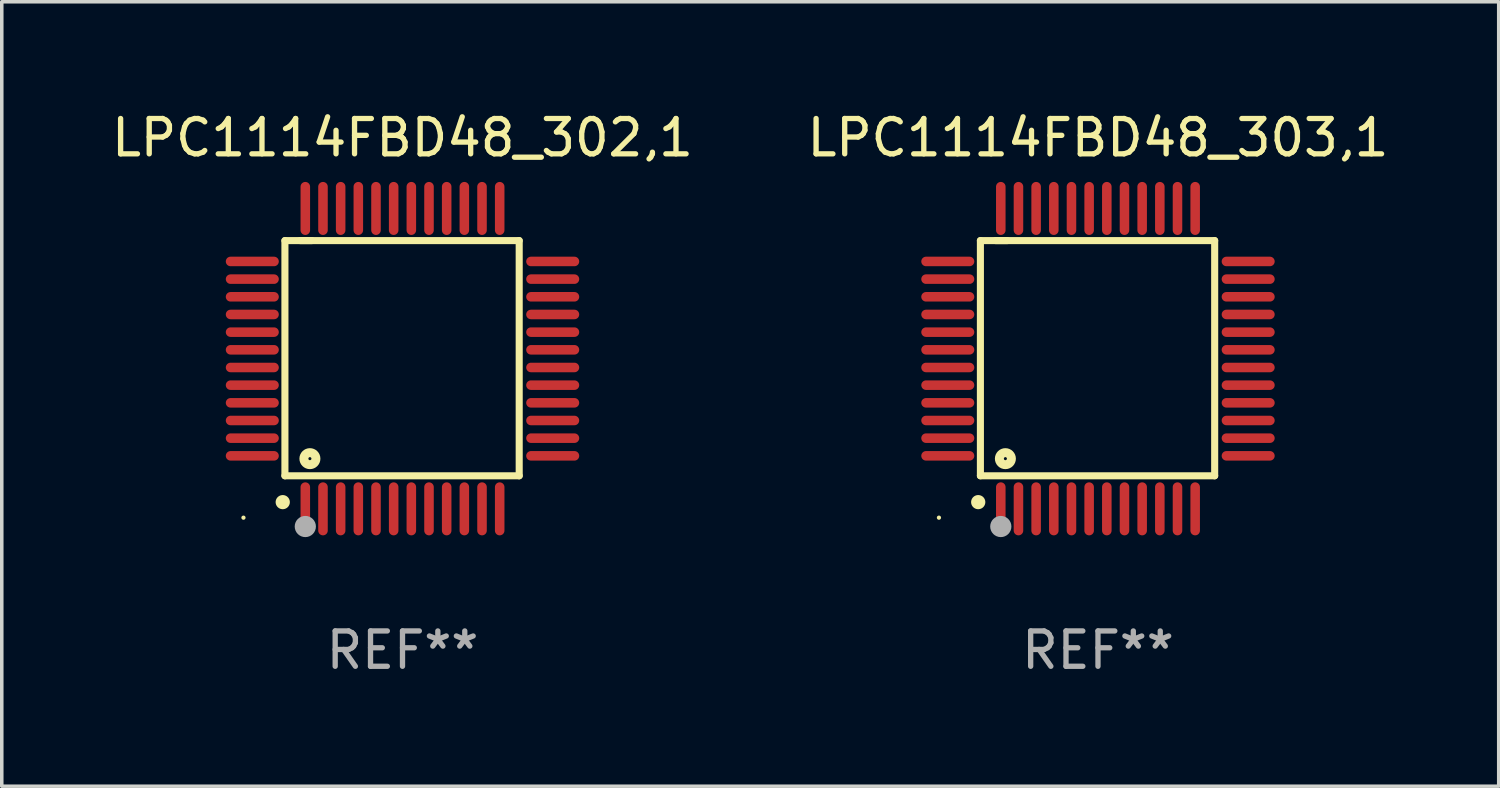
<source format=kicad_pcb>
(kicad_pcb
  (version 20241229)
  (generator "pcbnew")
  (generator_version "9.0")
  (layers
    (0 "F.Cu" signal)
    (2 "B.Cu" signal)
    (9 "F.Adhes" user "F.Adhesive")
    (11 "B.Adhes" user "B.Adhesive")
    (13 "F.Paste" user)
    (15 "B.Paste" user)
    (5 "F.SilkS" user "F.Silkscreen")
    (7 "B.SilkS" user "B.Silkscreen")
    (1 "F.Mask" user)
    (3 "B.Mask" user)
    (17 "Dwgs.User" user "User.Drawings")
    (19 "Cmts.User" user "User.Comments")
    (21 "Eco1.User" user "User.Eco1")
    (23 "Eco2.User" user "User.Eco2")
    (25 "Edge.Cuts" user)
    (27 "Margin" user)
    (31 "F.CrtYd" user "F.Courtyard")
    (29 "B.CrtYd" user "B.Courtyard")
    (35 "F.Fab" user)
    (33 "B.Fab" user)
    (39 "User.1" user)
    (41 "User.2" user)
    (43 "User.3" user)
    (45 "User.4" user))
  (footprint "LPC1114FBD48_302,1"
    (layer "F.Cu")
    (at 8.339 7.098)
    (property "Reference" "LPC1114FBD48_302,1" (at 0 -6.25 0) (layer "F.SilkS") (effects (font (size 1 1) (thickness 0.15))))
    (attr through_hole)
    (fp_line (start -3.327 -3.34) (end -2.565 -3.34) (stroke (width 0.2) (type solid)) (layer "F.SilkS"))
    (fp_line (start -3.327 3.315) (end -3.327 -3.34) (stroke (width 0.2) (type solid)) (layer "F.SilkS"))
    (fp_line (start -2.896 -3.34) (end 3.302 -3.34) (stroke (width 0.2) (type solid)) (layer "F.SilkS"))
    (fp_line (start 3.302 -3.34) (end 3.302 3.315) (stroke (width 0.2) (type solid)) (layer "F.SilkS"))
    (fp_line (start 3.302 3.315) (end -3.327 3.315) (stroke (width 0.2) (type solid)) (layer "F.SilkS"))
    (fp_arc (start -3.389992 4.059995) (mid -3.388722 4.059991) (end -3.387452 4.059995) (stroke (width 0.4) (type solid)) (layer "F.SilkS"))
    (fp_circle (center -4.5 4.5) (end -4.47 4.5) (stroke (width 0.06) (type solid)) (fill no) (layer "F.SilkS"))
    (fp_circle (center -2.62 2.83) (end -2.45 2.83) (stroke (width 0.254) (type solid)) (fill no) (layer "F.SilkS"))
    (fp_circle (center -2.75 4.75) (end -2.6 4.75) (stroke (width 0.3) (type solid)) (fill no) (layer "F.Fab"))
    (fp_text user "REF**" (at 0 8.25 0) (layer "F.Fab") (effects (font (size 1 1) (thickness 0.15))))
    (pad "1" smd oval (at -2.75 4.25) (size 0.27 1.5) (layers "F.Cu" "F.Mask" "F.Paste"))
    (pad "2" smd oval (at -2.25 4.25) (size 0.27 1.5) (layers "F.Cu" "F.Mask" "F.Paste"))
    (pad "3" smd oval (at -1.75 4.25) (size 0.27 1.5) (layers "F.Cu" "F.Mask" "F.Paste"))
    (pad "4" smd oval (at -1.25 4.25) (size 0.27 1.5) (layers "F.Cu" "F.Mask" "F.Paste"))
    (pad "5" smd oval (at -0.75 4.25) (size 0.27 1.5) (layers "F.Cu" "F.Mask" "F.Paste"))
    (pad "6" smd oval (at -0.25 4.25) (size 0.27 1.5) (layers "F.Cu" "F.Mask" "F.Paste"))
    (pad "7" smd oval (at 0.25 4.25) (size 0.27 1.5) (layers "F.Cu" "F.Mask" "F.Paste"))
    (pad "8" smd oval (at 0.75 4.25) (size 0.27 1.5) (layers "F.Cu" "F.Mask" "F.Paste"))
    (pad "9" smd oval (at 1.25 4.25) (size 0.27 1.5) (layers "F.Cu" "F.Mask" "F.Paste"))
    (pad "10" smd oval (at 1.75 4.25) (size 0.27 1.5) (layers "F.Cu" "F.Mask" "F.Paste"))
    (pad "11" smd oval (at 2.25 4.25) (size 0.27 1.5) (layers "F.Cu" "F.Mask" "F.Paste"))
    (pad "12" smd oval (at 2.75 4.25) (size 0.27 1.5) (layers "F.Cu" "F.Mask" "F.Paste"))
    (pad "13" smd oval (at 4.25 2.75) (size 1.5 0.27) (layers "F.Cu" "F.Mask" "F.Paste"))
    (pad "14" smd oval (at 4.25 2.25) (size 1.5 0.27) (layers "F.Cu" "F.Mask" "F.Paste"))
    (pad "15" smd oval (at 4.25 1.75) (size 1.5 0.27) (layers "F.Cu" "F.Mask" "F.Paste"))
    (pad "16" smd oval (at 4.25 1.25) (size 1.5 0.27) (layers "F.Cu" "F.Mask" "F.Paste"))
    (pad "17" smd oval (at 4.25 0.75) (size 1.5 0.27) (layers "F.Cu" "F.Mask" "F.Paste"))
    (pad "18" smd oval (at 4.25 0.25) (size 1.5 0.27) (layers "F.Cu" "F.Mask" "F.Paste"))
    (pad "19" smd oval (at 4.25 -0.25) (size 1.5 0.27) (layers "F.Cu" "F.Mask" "F.Paste"))
    (pad "20" smd oval (at 4.25 -0.75) (size 1.5 0.27) (layers "F.Cu" "F.Mask" "F.Paste"))
    (pad "21" smd oval (at 4.25 -1.25) (size 1.5 0.27) (layers "F.Cu" "F.Mask" "F.Paste"))
    (pad "22" smd oval (at 4.25 -1.75) (size 1.5 0.27) (layers "F.Cu" "F.Mask" "F.Paste"))
    (pad "23" smd oval (at 4.25 -2.25) (size 1.5 0.27) (layers "F.Cu" "F.Mask" "F.Paste"))
    (pad "24" smd oval (at 4.25 -2.75) (size 1.5 0.27) (layers "F.Cu" "F.Mask" "F.Paste"))
    (pad "25" smd oval (at 2.75 -4.25) (size 0.27 1.5) (layers "F.Cu" "F.Mask" "F.Paste"))
    (pad "26" smd oval (at 2.25 -4.25) (size 0.27 1.5) (layers "F.Cu" "F.Mask" "F.Paste"))
    (pad "27" smd oval (at 1.75 -4.25) (size 0.27 1.5) (layers "F.Cu" "F.Mask" "F.Paste"))
    (pad "28" smd oval (at 1.25 -4.25) (size 0.27 1.5) (layers "F.Cu" "F.Mask" "F.Paste"))
    (pad "29" smd oval (at 0.75 -4.25) (size 0.27 1.5) (layers "F.Cu" "F.Mask" "F.Paste"))
    (pad "30" smd oval (at 0.25 -4.25) (size 0.27 1.5) (layers "F.Cu" "F.Mask" "F.Paste"))
    (pad "31" smd oval (at -0.25 -4.25) (size 0.27 1.5) (layers "F.Cu" "F.Mask" "F.Paste"))
    (pad "32" smd oval (at -0.75 -4.25) (size 0.27 1.5) (layers "F.Cu" "F.Mask" "F.Paste"))
    (pad "33" smd oval (at -1.25 -4.25) (size 0.27 1.5) (layers "F.Cu" "F.Mask" "F.Paste"))
    (pad "34" smd oval (at -1.75 -4.25) (size 0.27 1.5) (layers "F.Cu" "F.Mask" "F.Paste"))
    (pad "35" smd oval (at -2.25 -4.25) (size 0.27 1.5) (layers "F.Cu" "F.Mask" "F.Paste"))
    (pad "36" smd oval (at -2.75 -4.25) (size 0.27 1.5) (layers "F.Cu" "F.Mask" "F.Paste"))
    (pad "37" smd oval (at -4.25 -2.75) (size 1.5 0.27) (layers "F.Cu" "F.Mask" "F.Paste"))
    (pad "38" smd oval (at -4.25 -2.25) (size 1.5 0.27) (layers "F.Cu" "F.Mask" "F.Paste"))
    (pad "39" smd oval (at -4.25 -1.75) (size 1.5 0.27) (layers "F.Cu" "F.Mask" "F.Paste"))
    (pad "40" smd oval (at -4.25 -1.25) (size 1.5 0.27) (layers "F.Cu" "F.Mask" "F.Paste"))
    (pad "41" smd oval (at -4.25 -0.75) (size 1.5 0.27) (layers "F.Cu" "F.Mask" "F.Paste"))
    (pad "42" smd oval (at -4.25 -0.25) (size 1.5 0.27) (layers "F.Cu" "F.Mask" "F.Paste"))
    (pad "43" smd oval (at -4.25 0.25) (size 1.5 0.27) (layers "F.Cu" "F.Mask" "F.Paste"))
    (pad "44" smd oval (at -4.25 0.75) (size 1.5 0.27) (layers "F.Cu" "F.Mask" "F.Paste"))
    (pad "45" smd oval (at -4.25 1.25) (size 1.5 0.27) (layers "F.Cu" "F.Mask" "F.Paste"))
    (pad "46" smd oval (at -4.25 1.75) (size 1.5 0.27) (layers "F.Cu" "F.Mask" "F.Paste"))
    (pad "47" smd oval (at -4.25 2.25) (size 1.5 0.27) (layers "F.Cu" "F.Mask" "F.Paste"))
    (pad "48" smd oval (at -4.25 2.75) (size 1.5 0.27) (layers "F.Cu" "F.Mask" "F.Paste")))
  (footprint "LPC1114FBD48_303,1"
    (layer "F.Cu")
    (at 28.018 7.098)
    (property "Reference" "LPC1114FBD48_303,1" (at 0 -6.25 0) (layer "F.SilkS") (effects (font (size 1 1) (thickness 0.15))))
    (attr through_hole)
    (fp_line (start -3.327 -3.34) (end -2.565 -3.34) (stroke (width 0.2) (type solid)) (layer "F.SilkS"))
    (fp_line (start -3.327 3.315) (end -3.327 -3.34) (stroke (width 0.2) (type solid)) (layer "F.SilkS"))
    (fp_line (start -2.896 -3.34) (end 3.302 -3.34) (stroke (width 0.2) (type solid)) (layer "F.SilkS"))
    (fp_line (start 3.302 -3.34) (end 3.302 3.315) (stroke (width 0.2) (type solid)) (layer "F.SilkS"))
    (fp_line (start 3.302 3.315) (end -3.327 3.315) (stroke (width 0.2) (type solid)) (layer "F.SilkS"))
    (fp_arc (start -3.389992 4.059995) (mid -3.388722 4.059991) (end -3.387452 4.059995) (stroke (width 0.4) (type solid)) (layer "F.SilkS"))
    (fp_circle (center -4.5 4.5) (end -4.47 4.5) (stroke (width 0.06) (type solid)) (fill no) (layer "F.SilkS"))
    (fp_circle (center -2.62 2.83) (end -2.45 2.83) (stroke (width 0.254) (type solid)) (fill no) (layer "F.SilkS"))
    (fp_circle (center -2.75 4.75) (end -2.6 4.75) (stroke (width 0.3) (type solid)) (fill no) (layer "F.Fab"))
    (fp_text user "REF**" (at 0 8.25 0) (layer "F.Fab") (effects (font (size 1 1) (thickness 0.15))))
    (pad "1" smd oval (at -2.75 4.25) (size 0.27 1.5) (layers "F.Cu" "F.Mask" "F.Paste"))
    (pad "2" smd oval (at -2.25 4.25) (size 0.27 1.5) (layers "F.Cu" "F.Mask" "F.Paste"))
    (pad "3" smd oval (at -1.75 4.25) (size 0.27 1.5) (layers "F.Cu" "F.Mask" "F.Paste"))
    (pad "4" smd oval (at -1.25 4.25) (size 0.27 1.5) (layers "F.Cu" "F.Mask" "F.Paste"))
    (pad "5" smd oval (at -0.75 4.25) (size 0.27 1.5) (layers "F.Cu" "F.Mask" "F.Paste"))
    (pad "6" smd oval (at -0.25 4.25) (size 0.27 1.5) (layers "F.Cu" "F.Mask" "F.Paste"))
    (pad "7" smd oval (at 0.25 4.25) (size 0.27 1.5) (layers "F.Cu" "F.Mask" "F.Paste"))
    (pad "8" smd oval (at 0.75 4.25) (size 0.27 1.5) (layers "F.Cu" "F.Mask" "F.Paste"))
    (pad "9" smd oval (at 1.25 4.25) (size 0.27 1.5) (layers "F.Cu" "F.Mask" "F.Paste"))
    (pad "10" smd oval (at 1.75 4.25) (size 0.27 1.5) (layers "F.Cu" "F.Mask" "F.Paste"))
    (pad "11" smd oval (at 2.25 4.25) (size 0.27 1.5) (layers "F.Cu" "F.Mask" "F.Paste"))
    (pad "12" smd oval (at 2.75 4.25) (size 0.27 1.5) (layers "F.Cu" "F.Mask" "F.Paste"))
    (pad "13" smd oval (at 4.25 2.75) (size 1.5 0.27) (layers "F.Cu" "F.Mask" "F.Paste"))
    (pad "14" smd oval (at 4.25 2.25) (size 1.5 0.27) (layers "F.Cu" "F.Mask" "F.Paste"))
    (pad "15" smd oval (at 4.25 1.75) (size 1.5 0.27) (layers "F.Cu" "F.Mask" "F.Paste"))
    (pad "16" smd oval (at 4.25 1.25) (size 1.5 0.27) (layers "F.Cu" "F.Mask" "F.Paste"))
    (pad "17" smd oval (at 4.25 0.75) (size 1.5 0.27) (layers "F.Cu" "F.Mask" "F.Paste"))
    (pad "18" smd oval (at 4.25 0.25) (size 1.5 0.27) (layers "F.Cu" "F.Mask" "F.Paste"))
    (pad "19" smd oval (at 4.25 -0.25) (size 1.5 0.27) (layers "F.Cu" "F.Mask" "F.Paste"))
    (pad "20" smd oval (at 4.25 -0.75) (size 1.5 0.27) (layers "F.Cu" "F.Mask" "F.Paste"))
    (pad "21" smd oval (at 4.25 -1.25) (size 1.5 0.27) (layers "F.Cu" "F.Mask" "F.Paste"))
    (pad "22" smd oval (at 4.25 -1.75) (size 1.5 0.27) (layers "F.Cu" "F.Mask" "F.Paste"))
    (pad "23" smd oval (at 4.25 -2.25) (size 1.5 0.27) (layers "F.Cu" "F.Mask" "F.Paste"))
    (pad "24" smd oval (at 4.25 -2.75) (size 1.5 0.27) (layers "F.Cu" "F.Mask" "F.Paste"))
    (pad "25" smd oval (at 2.75 -4.25) (size 0.27 1.5) (layers "F.Cu" "F.Mask" "F.Paste"))
    (pad "26" smd oval (at 2.25 -4.25) (size 0.27 1.5) (layers "F.Cu" "F.Mask" "F.Paste"))
    (pad "27" smd oval (at 1.75 -4.25) (size 0.27 1.5) (layers "F.Cu" "F.Mask" "F.Paste"))
    (pad "28" smd oval (at 1.25 -4.25) (size 0.27 1.5) (layers "F.Cu" "F.Mask" "F.Paste"))
    (pad "29" smd oval (at 0.75 -4.25) (size 0.27 1.5) (layers "F.Cu" "F.Mask" "F.Paste"))
    (pad "30" smd oval (at 0.25 -4.25) (size 0.27 1.5) (layers "F.Cu" "F.Mask" "F.Paste"))
    (pad "31" smd oval (at -0.25 -4.25) (size 0.27 1.5) (layers "F.Cu" "F.Mask" "F.Paste"))
    (pad "32" smd oval (at -0.75 -4.25) (size 0.27 1.5) (layers "F.Cu" "F.Mask" "F.Paste"))
    (pad "33" smd oval (at -1.25 -4.25) (size 0.27 1.5) (layers "F.Cu" "F.Mask" "F.Paste"))
    (pad "34" smd oval (at -1.75 -4.25) (size 0.27 1.5) (layers "F.Cu" "F.Mask" "F.Paste"))
    (pad "35" smd oval (at -2.25 -4.25) (size 0.27 1.5) (layers "F.Cu" "F.Mask" "F.Paste"))
    (pad "36" smd oval (at -2.75 -4.25) (size 0.27 1.5) (layers "F.Cu" "F.Mask" "F.Paste"))
    (pad "37" smd oval (at -4.25 -2.75) (size 1.5 0.27) (layers "F.Cu" "F.Mask" "F.Paste"))
    (pad "38" smd oval (at -4.25 -2.25) (size 1.5 0.27) (layers "F.Cu" "F.Mask" "F.Paste"))
    (pad "39" smd oval (at -4.25 -1.75) (size 1.5 0.27) (layers "F.Cu" "F.Mask" "F.Paste"))
    (pad "40" smd oval (at -4.25 -1.25) (size 1.5 0.27) (layers "F.Cu" "F.Mask" "F.Paste"))
    (pad "41" smd oval (at -4.25 -0.75) (size 1.5 0.27) (layers "F.Cu" "F.Mask" "F.Paste"))
    (pad "42" smd oval (at -4.25 -0.25) (size 1.5 0.27) (layers "F.Cu" "F.Mask" "F.Paste"))
    (pad "43" smd oval (at -4.25 0.25) (size 1.5 0.27) (layers "F.Cu" "F.Mask" "F.Paste"))
    (pad "44" smd oval (at -4.25 0.75) (size 1.5 0.27) (layers "F.Cu" "F.Mask" "F.Paste"))
    (pad "45" smd oval (at -4.25 1.25) (size 1.5 0.27) (layers "F.Cu" "F.Mask" "F.Paste"))
    (pad "46" smd oval (at -4.25 1.75) (size 1.5 0.27) (layers "F.Cu" "F.Mask" "F.Paste"))
    (pad "47" smd oval (at -4.25 2.25) (size 1.5 0.27) (layers "F.Cu" "F.Mask" "F.Paste"))
    (pad "48" smd oval (at -4.25 2.75) (size 1.5 0.27) (layers "F.Cu" "F.Mask" "F.Paste")))
  (gr_rect
    (start -3 -3)
    (end 39.357 19.196)
    (stroke (width 0.1) (type default))
    (fill no)
    (layer "Edge.Cuts")))
</source>
